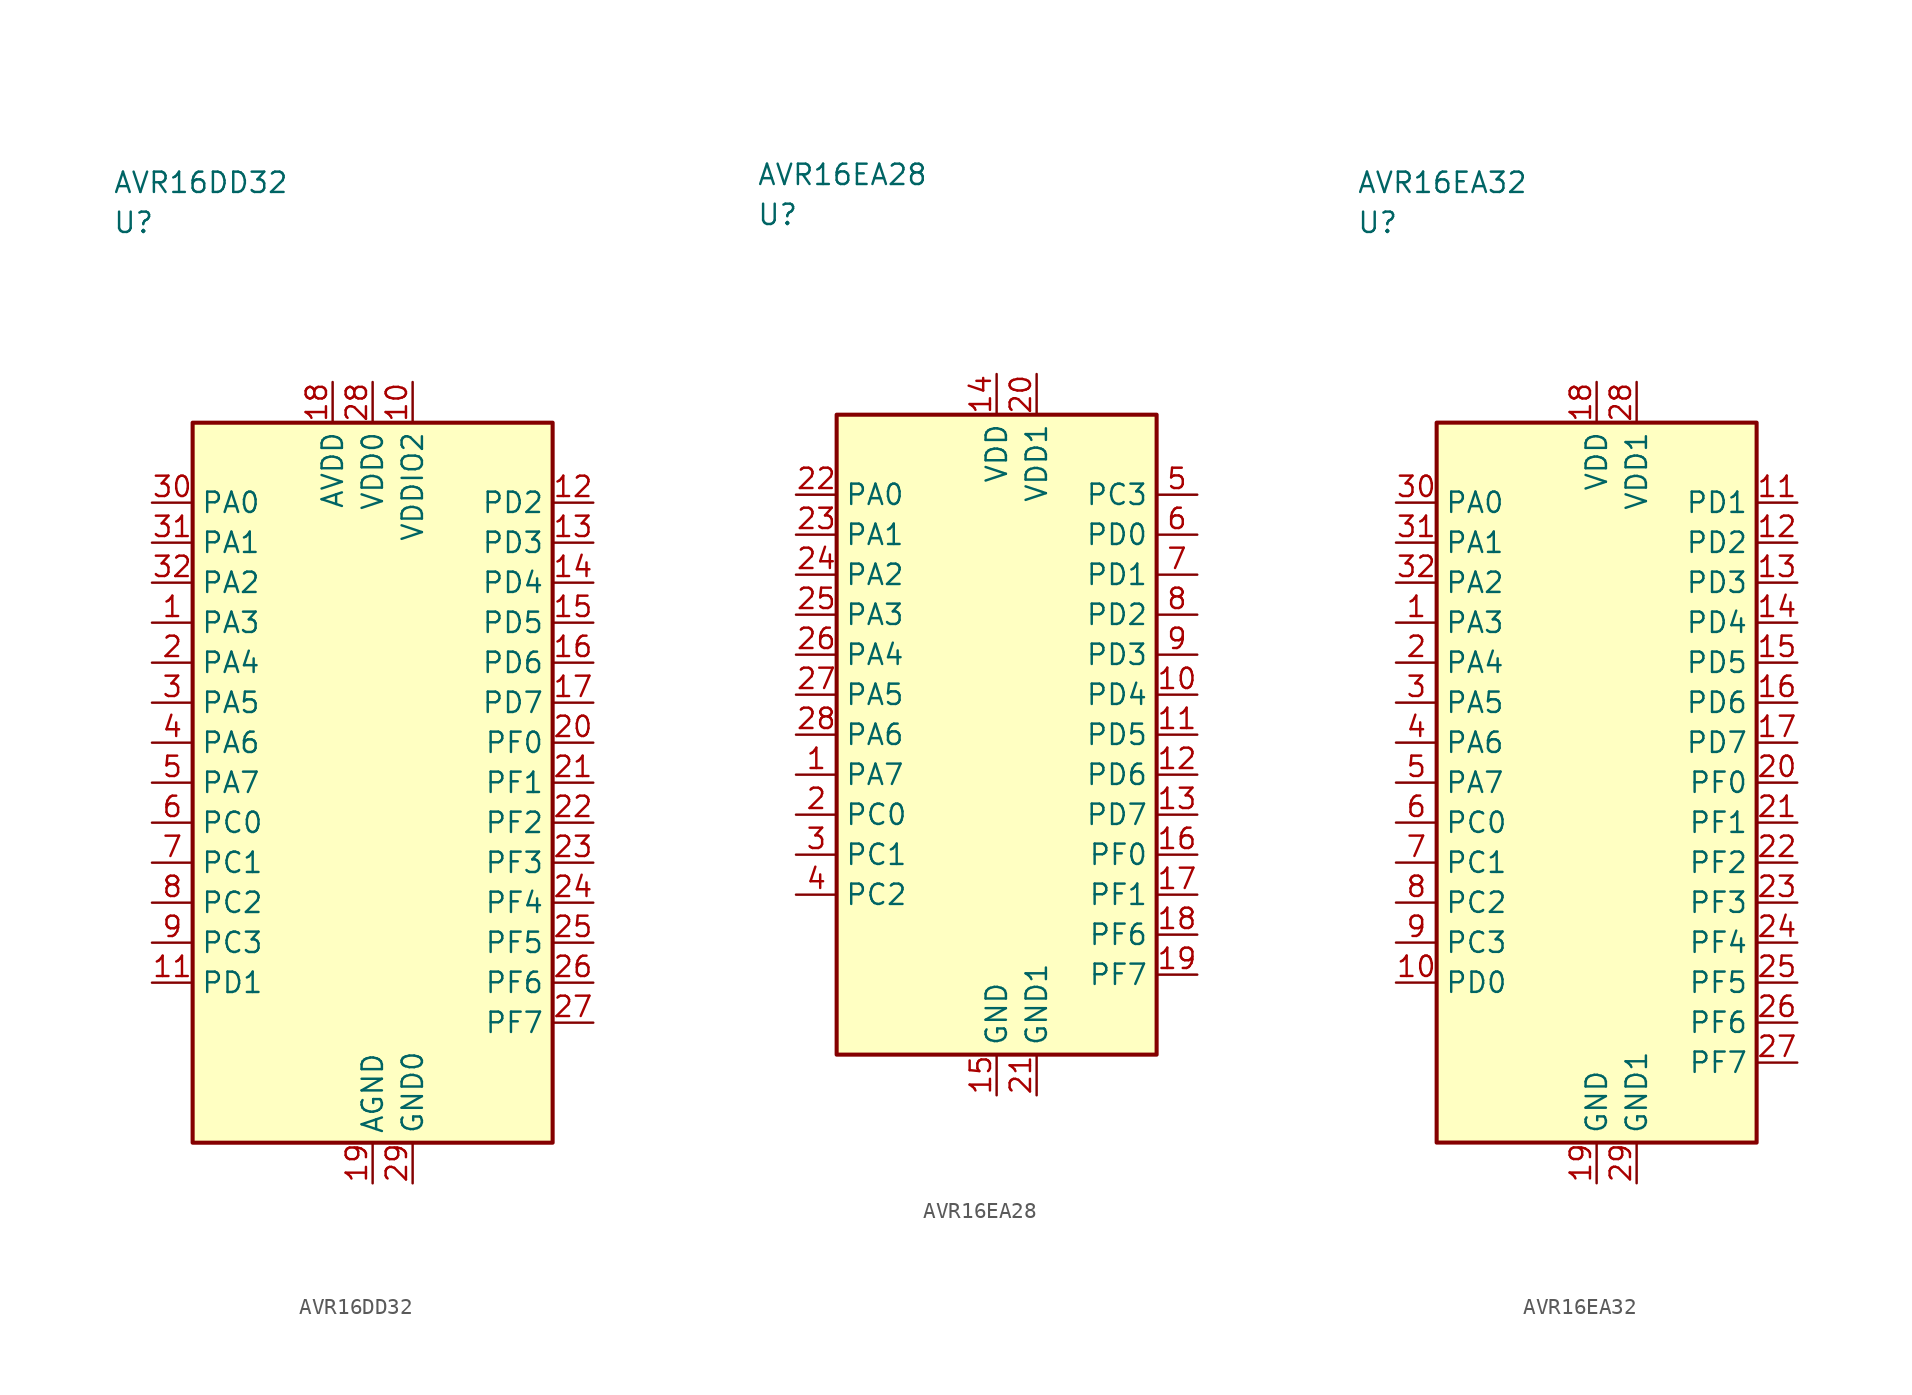
<source format=kicad_sym>
(kicad_symbol_lib
  (version 20241025)
  (generator "kicad_symbol_editor")
  (generator_version "8.0")
  (symbol "AVR16DD32"
    (property "Reference" "U"
      (at -16.25 35.0 0)
      (effects (font (size 1.27 1.27)) (justify left)))
    (property "Value" "AVR16DD32"
      (at -16.25 37.5 0)
      (effects (font (size 1.27 1.27)) (justify left)))
    (symbol "AVR16DD32_0_1"
      (rectangle (start -11.25 22.5) (end 11.25 -22.5) (stroke (width 0.254) (type default)) (fill (type background))))
    (symbol "AVR16DD32_1_1"
      (pin bidirectional line (at -13.79 10.0 0.0) (length 2.54) (name "PA3" (effects (font (size 1.27 1.27)))) (number "1" (effects (font (size 1.27 1.27)))))
      (pin bidirectional line (at -13.79 7.5 0.0) (length 2.54) (name "PA4" (effects (font (size 1.27 1.27)))) (number "2" (effects (font (size 1.27 1.27)))))
      (pin bidirectional line (at -13.79 5.0 0.0) (length 2.54) (name "PA5" (effects (font (size 1.27 1.27)))) (number "3" (effects (font (size 1.27 1.27)))))
      (pin bidirectional line (at -13.79 2.5 0.0) (length 2.54) (name "PA6" (effects (font (size 1.27 1.27)))) (number "4" (effects (font (size 1.27 1.27)))))
      (pin bidirectional line (at -13.79 0.0 0.0) (length 2.54) (name "PA7" (effects (font (size 1.27 1.27)))) (number "5" (effects (font (size 1.27 1.27)))))
      (pin bidirectional line (at -13.79 -2.5 0.0) (length 2.54) (name "PC0" (effects (font (size 1.27 1.27)))) (number "6" (effects (font (size 1.27 1.27)))))
      (pin bidirectional line (at -13.79 -5.0 0.0) (length 2.54) (name "PC1" (effects (font (size 1.27 1.27)))) (number "7" (effects (font (size 1.27 1.27)))))
      (pin bidirectional line (at -13.79 -7.5 0.0) (length 2.54) (name "PC2" (effects (font (size 1.27 1.27)))) (number "8" (effects (font (size 1.27 1.27)))))
      (pin bidirectional line (at -13.79 -10.0 0.0) (length 2.54) (name "PC3" (effects (font (size 1.27 1.27)))) (number "9" (effects (font (size 1.27 1.27)))))
      (pin power_in line (at 2.5 25.04 270.0) (length 2.54) (name "VDDIO2" (effects (font (size 1.27 1.27)))) (number "10" (effects (font (size 1.27 1.27)))))
      (pin bidirectional line (at -13.79 -12.5 0.0) (length 2.54) (name "PD1" (effects (font (size 1.27 1.27)))) (number "11" (effects (font (size 1.27 1.27)))))
      (pin bidirectional line (at 13.79 17.5 180.0) (length 2.54) (name "PD2" (effects (font (size 1.27 1.27)))) (number "12" (effects (font (size 1.27 1.27)))))
      (pin bidirectional line (at 13.79 15.0 180.0) (length 2.54) (name "PD3" (effects (font (size 1.27 1.27)))) (number "13" (effects (font (size 1.27 1.27)))))
      (pin bidirectional line (at 13.79 12.5 180.0) (length 2.54) (name "PD4" (effects (font (size 1.27 1.27)))) (number "14" (effects (font (size 1.27 1.27)))))
      (pin bidirectional line (at 13.79 10.0 180.0) (length 2.54) (name "PD5" (effects (font (size 1.27 1.27)))) (number "15" (effects (font (size 1.27 1.27)))))
      (pin bidirectional line (at 13.79 7.5 180.0) (length 2.54) (name "PD6" (effects (font (size 1.27 1.27)))) (number "16" (effects (font (size 1.27 1.27)))))
      (pin bidirectional line (at 13.79 5.0 180.0) (length 2.54) (name "PD7" (effects (font (size 1.27 1.27)))) (number "17" (effects (font (size 1.27 1.27)))))
      (pin power_in line (at -2.5 25.04 270.0) (length 2.54) (name "AVDD" (effects (font (size 1.27 1.27)))) (number "18" (effects (font (size 1.27 1.27)))))
      (pin passive line (at 0.0 -25.04 90.0) (length 2.54) (name "AGND" (effects (font (size 1.27 1.27)))) (number "19" (effects (font (size 1.27 1.27)))))
      (pin bidirectional line (at 13.79 2.5 180.0) (length 2.54) (name "PF0" (effects (font (size 1.27 1.27)))) (number "20" (effects (font (size 1.27 1.27)))))
      (pin bidirectional line (at 13.79 0.0 180.0) (length 2.54) (name "PF1" (effects (font (size 1.27 1.27)))) (number "21" (effects (font (size 1.27 1.27)))))
      (pin bidirectional line (at 13.79 -2.5 180.0) (length 2.54) (name "PF2" (effects (font (size 1.27 1.27)))) (number "22" (effects (font (size 1.27 1.27)))))
      (pin bidirectional line (at 13.79 -5.0 180.0) (length 2.54) (name "PF3" (effects (font (size 1.27 1.27)))) (number "23" (effects (font (size 1.27 1.27)))))
      (pin bidirectional line (at 13.79 -7.5 180.0) (length 2.54) (name "PF4" (effects (font (size 1.27 1.27)))) (number "24" (effects (font (size 1.27 1.27)))))
      (pin bidirectional line (at 13.79 -10.0 180.0) (length 2.54) (name "PF5" (effects (font (size 1.27 1.27)))) (number "25" (effects (font (size 1.27 1.27)))))
      (pin bidirectional line (at 13.79 -12.5 180.0) (length 2.54) (name "PF6" (effects (font (size 1.27 1.27)))) (number "26" (effects (font (size 1.27 1.27)))))
      (pin bidirectional line (at 13.79 -15.0 180.0) (length 2.54) (name "PF7" (effects (font (size 1.27 1.27)))) (number "27" (effects (font (size 1.27 1.27)))))
      (pin power_in line (at 0.0 25.04 270.0) (length 2.54) (name "VDD0" (effects (font (size 1.27 1.27)))) (number "28" (effects (font (size 1.27 1.27)))))
      (pin passive line (at 2.5 -25.04 90.0) (length 2.54) (name "GND0" (effects (font (size 1.27 1.27)))) (number "29" (effects (font (size 1.27 1.27)))))
      (pin bidirectional line (at -13.79 17.5 0.0) (length 2.54) (name "PA0" (effects (font (size 1.27 1.27)))) (number "30" (effects (font (size 1.27 1.27)))))
      (pin bidirectional line (at -13.79 15.0 0.0) (length 2.54) (name "PA1" (effects (font (size 1.27 1.27)))) (number "31" (effects (font (size 1.27 1.27)))))
      (pin bidirectional line (at -13.79 12.5 0.0) (length 2.54) (name "PA2" (effects (font (size 1.27 1.27)))) (number "32" (effects (font (size 1.27 1.27)))))))
  (symbol "AVR16EA28"
    (property "Reference" "U"
      (at -15.0 32.5 0)
      (effects (font (size 1.27 1.27)) (justify left)))
    (property "Value" "AVR16EA28"
      (at -15.0 35.0 0)
      (effects (font (size 1.27 1.27)) (justify left)))
    (symbol "AVR16EA28_0_1"
      (rectangle (start -10.0 20.0) (end 10.0 -20.0) (stroke (width 0.254) (type default)) (fill (type background))))
    (symbol "AVR16EA28_1_1"
      (pin bidirectional line (at -12.54 -2.5 0.0) (length 2.54) (name "PA7" (effects (font (size 1.27 1.27)))) (number "1" (effects (font (size 1.27 1.27)))))
      (pin bidirectional line (at -12.54 -5.0 0.0) (length 2.54) (name "PC0" (effects (font (size 1.27 1.27)))) (number "2" (effects (font (size 1.27 1.27)))))
      (pin bidirectional line (at -12.54 -7.5 0.0) (length 2.54) (name "PC1" (effects (font (size 1.27 1.27)))) (number "3" (effects (font (size 1.27 1.27)))))
      (pin bidirectional line (at -12.54 -10.0 0.0) (length 2.54) (name "PC2" (effects (font (size 1.27 1.27)))) (number "4" (effects (font (size 1.27 1.27)))))
      (pin bidirectional line (at 12.54 15.0 180.0) (length 2.54) (name "PC3" (effects (font (size 1.27 1.27)))) (number "5" (effects (font (size 1.27 1.27)))))
      (pin bidirectional line (at 12.54 12.5 180.0) (length 2.54) (name "PD0" (effects (font (size 1.27 1.27)))) (number "6" (effects (font (size 1.27 1.27)))))
      (pin bidirectional line (at 12.54 10.0 180.0) (length 2.54) (name "PD1" (effects (font (size 1.27 1.27)))) (number "7" (effects (font (size 1.27 1.27)))))
      (pin bidirectional line (at 12.54 7.5 180.0) (length 2.54) (name "PD2" (effects (font (size 1.27 1.27)))) (number "8" (effects (font (size 1.27 1.27)))))
      (pin bidirectional line (at 12.54 5.0 180.0) (length 2.54) (name "PD3" (effects (font (size 1.27 1.27)))) (number "9" (effects (font (size 1.27 1.27)))))
      (pin bidirectional line (at 12.54 2.5 180.0) (length 2.54) (name "PD4" (effects (font (size 1.27 1.27)))) (number "10" (effects (font (size 1.27 1.27)))))
      (pin bidirectional line (at 12.54 0.0 180.0) (length 2.54) (name "PD5" (effects (font (size 1.27 1.27)))) (number "11" (effects (font (size 1.27 1.27)))))
      (pin bidirectional line (at 12.54 -2.5 180.0) (length 2.54) (name "PD6" (effects (font (size 1.27 1.27)))) (number "12" (effects (font (size 1.27 1.27)))))
      (pin bidirectional line (at 12.54 -5.0 180.0) (length 2.54) (name "PD7" (effects (font (size 1.27 1.27)))) (number "13" (effects (font (size 1.27 1.27)))))
      (pin power_in line (at 0.0 22.54 270.0) (length 2.54) (name "VDD" (effects (font (size 1.27 1.27)))) (number "14" (effects (font (size 1.27 1.27)))))
      (pin passive line (at 0.0 -22.54 90.0) (length 2.54) (name "GND" (effects (font (size 1.27 1.27)))) (number "15" (effects (font (size 1.27 1.27)))))
      (pin bidirectional line (at 12.54 -7.5 180.0) (length 2.54) (name "PF0" (effects (font (size 1.27 1.27)))) (number "16" (effects (font (size 1.27 1.27)))))
      (pin bidirectional line (at 12.54 -10.0 180.0) (length 2.54) (name "PF1" (effects (font (size 1.27 1.27)))) (number "17" (effects (font (size 1.27 1.27)))))
      (pin bidirectional line (at 12.54 -12.5 180.0) (length 2.54) (name "PF6" (effects (font (size 1.27 1.27)))) (number "18" (effects (font (size 1.27 1.27)))))
      (pin bidirectional line (at 12.54 -15.0 180.0) (length 2.54) (name "PF7" (effects (font (size 1.27 1.27)))) (number "19" (effects (font (size 1.27 1.27)))))
      (pin power_in line (at 2.5 22.54 270.0) (length 2.54) (name "VDD1" (effects (font (size 1.27 1.27)))) (number "20" (effects (font (size 1.27 1.27)))))
      (pin passive line (at 2.5 -22.54 90.0) (length 2.54) (name "GND1" (effects (font (size 1.27 1.27)))) (number "21" (effects (font (size 1.27 1.27)))))
      (pin bidirectional line (at -12.54 15.0 0.0) (length 2.54) (name "PA0" (effects (font (size 1.27 1.27)))) (number "22" (effects (font (size 1.27 1.27)))))
      (pin bidirectional line (at -12.54 12.5 0.0) (length 2.54) (name "PA1" (effects (font (size 1.27 1.27)))) (number "23" (effects (font (size 1.27 1.27)))))
      (pin bidirectional line (at -12.54 10.0 0.0) (length 2.54) (name "PA2" (effects (font (size 1.27 1.27)))) (number "24" (effects (font (size 1.27 1.27)))))
      (pin bidirectional line (at -12.54 7.5 0.0) (length 2.54) (name "PA3" (effects (font (size 1.27 1.27)))) (number "25" (effects (font (size 1.27 1.27)))))
      (pin bidirectional line (at -12.54 5.0 0.0) (length 2.54) (name "PA4" (effects (font (size 1.27 1.27)))) (number "26" (effects (font (size 1.27 1.27)))))
      (pin bidirectional line (at -12.54 2.5 0.0) (length 2.54) (name "PA5" (effects (font (size 1.27 1.27)))) (number "27" (effects (font (size 1.27 1.27)))))
      (pin bidirectional line (at -12.54 0.0 0.0) (length 2.54) (name "PA6" (effects (font (size 1.27 1.27)))) (number "28" (effects (font (size 1.27 1.27)))))))
  (symbol "AVR16EA32"
    (property "Reference" "U"
      (at -15.0 35.0 0)
      (effects (font (size 1.27 1.27)) (justify left)))
    (property "Value" "AVR16EA32"
      (at -15.0 37.5 0)
      (effects (font (size 1.27 1.27)) (justify left)))
    (symbol "AVR16EA32_0_1"
      (rectangle (start -10.0 22.5) (end 10.0 -22.5) (stroke (width 0.254) (type default)) (fill (type background))))
    (symbol "AVR16EA32_1_1"
      (pin bidirectional line (at -12.54 10.0 0.0) (length 2.54) (name "PA3" (effects (font (size 1.27 1.27)))) (number "1" (effects (font (size 1.27 1.27)))))
      (pin bidirectional line (at -12.54 7.5 0.0) (length 2.54) (name "PA4" (effects (font (size 1.27 1.27)))) (number "2" (effects (font (size 1.27 1.27)))))
      (pin bidirectional line (at -12.54 5.0 0.0) (length 2.54) (name "PA5" (effects (font (size 1.27 1.27)))) (number "3" (effects (font (size 1.27 1.27)))))
      (pin bidirectional line (at -12.54 2.5 0.0) (length 2.54) (name "PA6" (effects (font (size 1.27 1.27)))) (number "4" (effects (font (size 1.27 1.27)))))
      (pin bidirectional line (at -12.54 0.0 0.0) (length 2.54) (name "PA7" (effects (font (size 1.27 1.27)))) (number "5" (effects (font (size 1.27 1.27)))))
      (pin bidirectional line (at -12.54 -2.5 0.0) (length 2.54) (name "PC0" (effects (font (size 1.27 1.27)))) (number "6" (effects (font (size 1.27 1.27)))))
      (pin bidirectional line (at -12.54 -5.0 0.0) (length 2.54) (name "PC1" (effects (font (size 1.27 1.27)))) (number "7" (effects (font (size 1.27 1.27)))))
      (pin bidirectional line (at -12.54 -7.5 0.0) (length 2.54) (name "PC2" (effects (font (size 1.27 1.27)))) (number "8" (effects (font (size 1.27 1.27)))))
      (pin bidirectional line (at -12.54 -10.0 0.0) (length 2.54) (name "PC3" (effects (font (size 1.27 1.27)))) (number "9" (effects (font (size 1.27 1.27)))))
      (pin bidirectional line (at -12.54 -12.5 0.0) (length 2.54) (name "PD0" (effects (font (size 1.27 1.27)))) (number "10" (effects (font (size 1.27 1.27)))))
      (pin bidirectional line (at 12.54 17.5 180.0) (length 2.54) (name "PD1" (effects (font (size 1.27 1.27)))) (number "11" (effects (font (size 1.27 1.27)))))
      (pin bidirectional line (at 12.54 15.0 180.0) (length 2.54) (name "PD2" (effects (font (size 1.27 1.27)))) (number "12" (effects (font (size 1.27 1.27)))))
      (pin bidirectional line (at 12.54 12.5 180.0) (length 2.54) (name "PD3" (effects (font (size 1.27 1.27)))) (number "13" (effects (font (size 1.27 1.27)))))
      (pin bidirectional line (at 12.54 10.0 180.0) (length 2.54) (name "PD4" (effects (font (size 1.27 1.27)))) (number "14" (effects (font (size 1.27 1.27)))))
      (pin bidirectional line (at 12.54 7.5 180.0) (length 2.54) (name "PD5" (effects (font (size 1.27 1.27)))) (number "15" (effects (font (size 1.27 1.27)))))
      (pin bidirectional line (at 12.54 5.0 180.0) (length 2.54) (name "PD6" (effects (font (size 1.27 1.27)))) (number "16" (effects (font (size 1.27 1.27)))))
      (pin bidirectional line (at 12.54 2.5 180.0) (length 2.54) (name "PD7" (effects (font (size 1.27 1.27)))) (number "17" (effects (font (size 1.27 1.27)))))
      (pin power_in line (at 0.0 25.04 270.0) (length 2.54) (name "VDD" (effects (font (size 1.27 1.27)))) (number "18" (effects (font (size 1.27 1.27)))))
      (pin passive line (at 0.0 -25.04 90.0) (length 2.54) (name "GND" (effects (font (size 1.27 1.27)))) (number "19" (effects (font (size 1.27 1.27)))))
      (pin bidirectional line (at 12.54 0.0 180.0) (length 2.54) (name "PF0" (effects (font (size 1.27 1.27)))) (number "20" (effects (font (size 1.27 1.27)))))
      (pin bidirectional line (at 12.54 -2.5 180.0) (length 2.54) (name "PF1" (effects (font (size 1.27 1.27)))) (number "21" (effects (font (size 1.27 1.27)))))
      (pin bidirectional line (at 12.54 -5.0 180.0) (length 2.54) (name "PF2" (effects (font (size 1.27 1.27)))) (number "22" (effects (font (size 1.27 1.27)))))
      (pin bidirectional line (at 12.54 -7.5 180.0) (length 2.54) (name "PF3" (effects (font (size 1.27 1.27)))) (number "23" (effects (font (size 1.27 1.27)))))
      (pin bidirectional line (at 12.54 -10.0 180.0) (length 2.54) (name "PF4" (effects (font (size 1.27 1.27)))) (number "24" (effects (font (size 1.27 1.27)))))
      (pin bidirectional line (at 12.54 -12.5 180.0) (length 2.54) (name "PF5" (effects (font (size 1.27 1.27)))) (number "25" (effects (font (size 1.27 1.27)))))
      (pin bidirectional line (at 12.54 -15.0 180.0) (length 2.54) (name "PF6" (effects (font (size 1.27 1.27)))) (number "26" (effects (font (size 1.27 1.27)))))
      (pin bidirectional line (at 12.54 -17.5 180.0) (length 2.54) (name "PF7" (effects (font (size 1.27 1.27)))) (number "27" (effects (font (size 1.27 1.27)))))
      (pin power_in line (at 2.5 25.04 270.0) (length 2.54) (name "VDD1" (effects (font (size 1.27 1.27)))) (number "28" (effects (font (size 1.27 1.27)))))
      (pin passive line (at 2.5 -25.04 90.0) (length 2.54) (name "GND1" (effects (font (size 1.27 1.27)))) (number "29" (effects (font (size 1.27 1.27)))))
      (pin bidirectional line (at -12.54 17.5 0.0) (length 2.54) (name "PA0" (effects (font (size 1.27 1.27)))) (number "30" (effects (font (size 1.27 1.27)))))
      (pin bidirectional line (at -12.54 15.0 0.0) (length 2.54) (name "PA1" (effects (font (size 1.27 1.27)))) (number "31" (effects (font (size 1.27 1.27)))))
      (pin bidirectional line (at -12.54 12.5 0.0) (length 2.54) (name "PA2" (effects (font (size 1.27 1.27)))) (number "32" (effects (font (size 1.27 1.27))))))))
</source>
